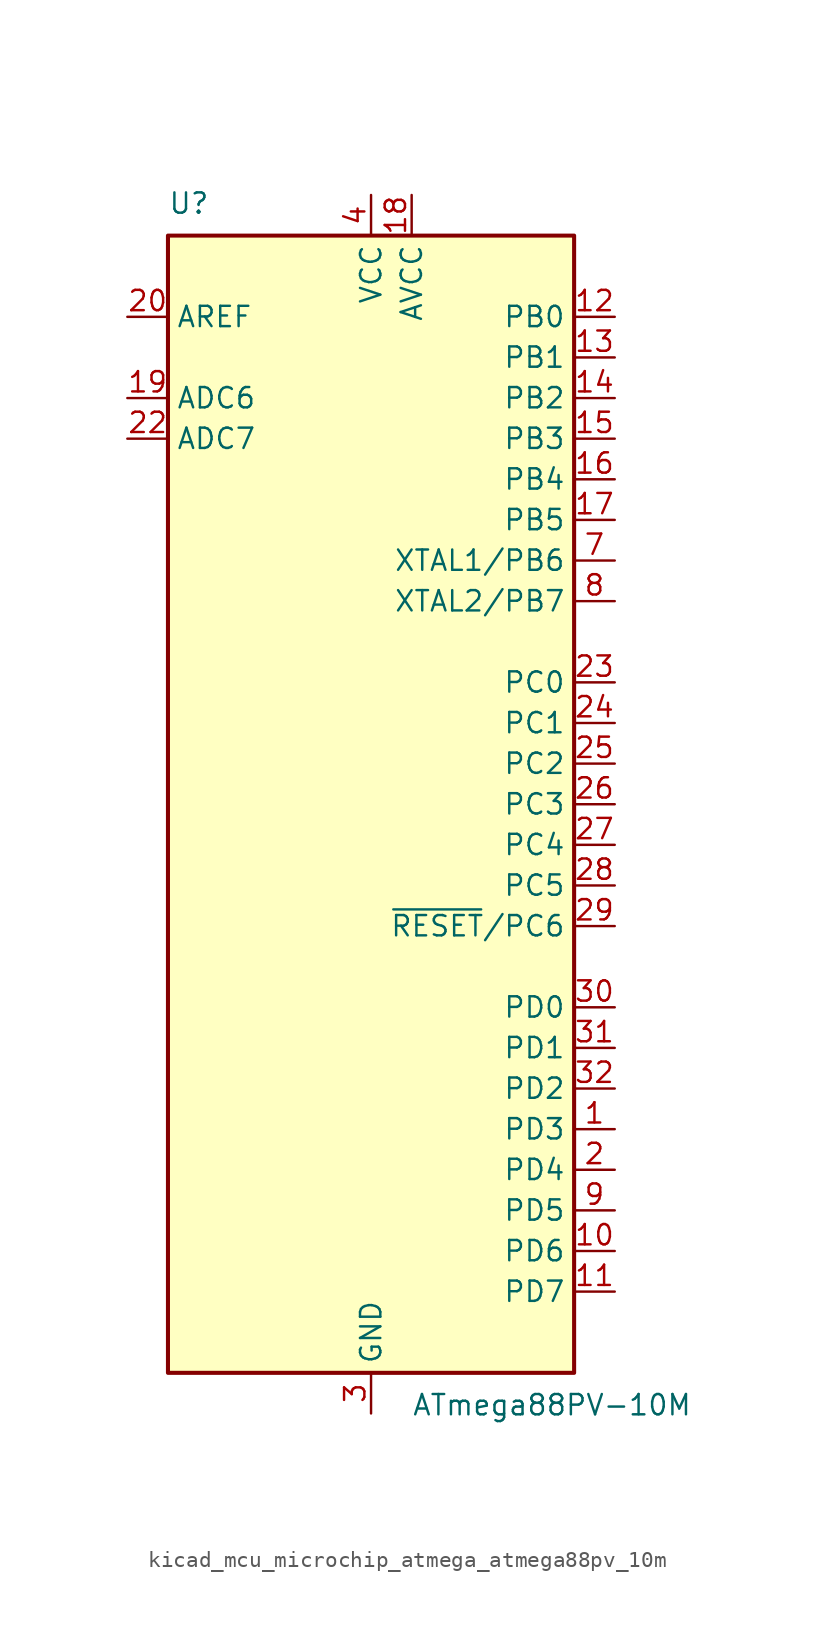
<source format=kicad_sym>
(kicad_symbol_lib
  (version 20220914)
  (generator kicad_symbol_editor)
  (symbol "kicad_mcu_microchip_atmega_atmega88pv_10m"
    (property "Reference" "U"
      (at -12.7 36.83 0)
      (effects (font (size 1.27 1.27)) (justify left bottom)))
    (property "Value" "ATmega88PV-10M"
      (at 2.54 -36.83 0)
      (effects (font (size 1.27 1.27)) (justify left top)))
    (symbol "kicad_mcu_microchip_atmega_atmega88pv_10m_0_1"
      (rectangle (start -12.7 -35.56) (end 12.7 35.56) (stroke (width 0.254) (type default)) (fill (type background))))
    (symbol "kicad_mcu_microchip_atmega_atmega88pv_10m_1_1"
      (pin bidirectional line (at 15.24 -20.32 180) (length 2.54) (name "PD3" (effects (font (size 1.27 1.27)))) (number "1" (effects (font (size 1.27 1.27)))))
      (pin bidirectional line (at 15.24 -27.94 180) (length 2.54) (name "PD6" (effects (font (size 1.27 1.27)))) (number "10" (effects (font (size 1.27 1.27)))))
      (pin bidirectional line (at 15.24 -30.48 180) (length 2.54) (name "PD7" (effects (font (size 1.27 1.27)))) (number "11" (effects (font (size 1.27 1.27)))))
      (pin bidirectional line (at 15.24 30.48 180) (length 2.54) (name "PB0" (effects (font (size 1.27 1.27)))) (number "12" (effects (font (size 1.27 1.27)))))
      (pin bidirectional line (at 15.24 27.94 180) (length 2.54) (name "PB1" (effects (font (size 1.27 1.27)))) (number "13" (effects (font (size 1.27 1.27)))))
      (pin bidirectional line (at 15.24 25.4 180) (length 2.54) (name "PB2" (effects (font (size 1.27 1.27)))) (number "14" (effects (font (size 1.27 1.27)))))
      (pin bidirectional line (at 15.24 22.86 180) (length 2.54) (name "PB3" (effects (font (size 1.27 1.27)))) (number "15" (effects (font (size 1.27 1.27)))))
      (pin bidirectional line (at 15.24 20.32 180) (length 2.54) (name "PB4" (effects (font (size 1.27 1.27)))) (number "16" (effects (font (size 1.27 1.27)))))
      (pin bidirectional line (at 15.24 17.78 180) (length 2.54) (name "PB5" (effects (font (size 1.27 1.27)))) (number "17" (effects (font (size 1.27 1.27)))))
      (pin power_in line (at 2.54 38.1 270) (length 2.54) (name "AVCC" (effects (font (size 1.27 1.27)))) (number "18" (effects (font (size 1.27 1.27)))))
      (pin input line (at -15.24 25.4 0) (length 2.54) (name "ADC6" (effects (font (size 1.27 1.27)))) (number "19" (effects (font (size 1.27 1.27)))))
      (pin bidirectional line (at 15.24 -22.86 180) (length 2.54) (name "PD4" (effects (font (size 1.27 1.27)))) (number "2" (effects (font (size 1.27 1.27)))))
      (pin passive line (at -15.24 30.48 0) (length 2.54) (name "AREF" (effects (font (size 1.27 1.27)))) (number "20" (effects (font (size 1.27 1.27)))))
      (pin passive line (at 0 -38.1 90) (length 2.54) hide (name "GND" (effects (font (size 1.27 1.27)))) (number "21" (effects (font (size 1.27 1.27)))))
      (pin input line (at -15.24 22.86 0) (length 2.54) (name "ADC7" (effects (font (size 1.27 1.27)))) (number "22" (effects (font (size 1.27 1.27)))))
      (pin bidirectional line (at 15.24 7.62 180) (length 2.54) (name "PC0" (effects (font (size 1.27 1.27)))) (number "23" (effects (font (size 1.27 1.27)))))
      (pin bidirectional line (at 15.24 5.08 180) (length 2.54) (name "PC1" (effects (font (size 1.27 1.27)))) (number "24" (effects (font (size 1.27 1.27)))))
      (pin bidirectional line (at 15.24 2.54 180) (length 2.54) (name "PC2" (effects (font (size 1.27 1.27)))) (number "25" (effects (font (size 1.27 1.27)))))
      (pin bidirectional line (at 15.24 0 180) (length 2.54) (name "PC3" (effects (font (size 1.27 1.27)))) (number "26" (effects (font (size 1.27 1.27)))))
      (pin bidirectional line (at 15.24 -2.54 180) (length 2.54) (name "PC4" (effects (font (size 1.27 1.27)))) (number "27" (effects (font (size 1.27 1.27)))))
      (pin bidirectional line (at 15.24 -5.08 180) (length 2.54) (name "PC5" (effects (font (size 1.27 1.27)))) (number "28" (effects (font (size 1.27 1.27)))))
      (pin bidirectional line (at 15.24 -7.62 180) (length 2.54) (name "~{RESET}/PC6" (effects (font (size 1.27 1.27)))) (number "29" (effects (font (size 1.27 1.27)))))
      (pin power_in line (at 0 -38.1 90) (length 2.54) (name "GND" (effects (font (size 1.27 1.27)))) (number "3" (effects (font (size 1.27 1.27)))))
      (pin bidirectional line (at 15.24 -12.7 180) (length 2.54) (name "PD0" (effects (font (size 1.27 1.27)))) (number "30" (effects (font (size 1.27 1.27)))))
      (pin bidirectional line (at 15.24 -15.24 180) (length 2.54) (name "PD1" (effects (font (size 1.27 1.27)))) (number "31" (effects (font (size 1.27 1.27)))))
      (pin bidirectional line (at 15.24 -17.78 180) (length 2.54) (name "PD2" (effects (font (size 1.27 1.27)))) (number "32" (effects (font (size 1.27 1.27)))))
      (pin passive line (at 0 -38.1 90) (length 2.54) hide (name "GND" (effects (font (size 1.27 1.27)))) (number "33" (effects (font (size 1.27 1.27)))))
      (pin power_in line (at 0 38.1 270) (length 2.54) (name "VCC" (effects (font (size 1.27 1.27)))) (number "4" (effects (font (size 1.27 1.27)))))
      (pin passive line (at 0 -38.1 90) (length 2.54) hide (name "GND" (effects (font (size 1.27 1.27)))) (number "5" (effects (font (size 1.27 1.27)))))
      (pin passive line (at 0 38.1 270) (length 2.54) hide (name "VCC" (effects (font (size 1.27 1.27)))) (number "6" (effects (font (size 1.27 1.27)))))
      (pin bidirectional line (at 15.24 15.24 180) (length 2.54) (name "XTAL1/PB6" (effects (font (size 1.27 1.27)))) (number "7" (effects (font (size 1.27 1.27)))))
      (pin bidirectional line (at 15.24 12.7 180) (length 2.54) (name "XTAL2/PB7" (effects (font (size 1.27 1.27)))) (number "8" (effects (font (size 1.27 1.27)))))
      (pin bidirectional line (at 15.24 -25.4 180) (length 2.54) (name "PD5" (effects (font (size 1.27 1.27)))) (number "9" (effects (font (size 1.27 1.27))))))))
</source>
